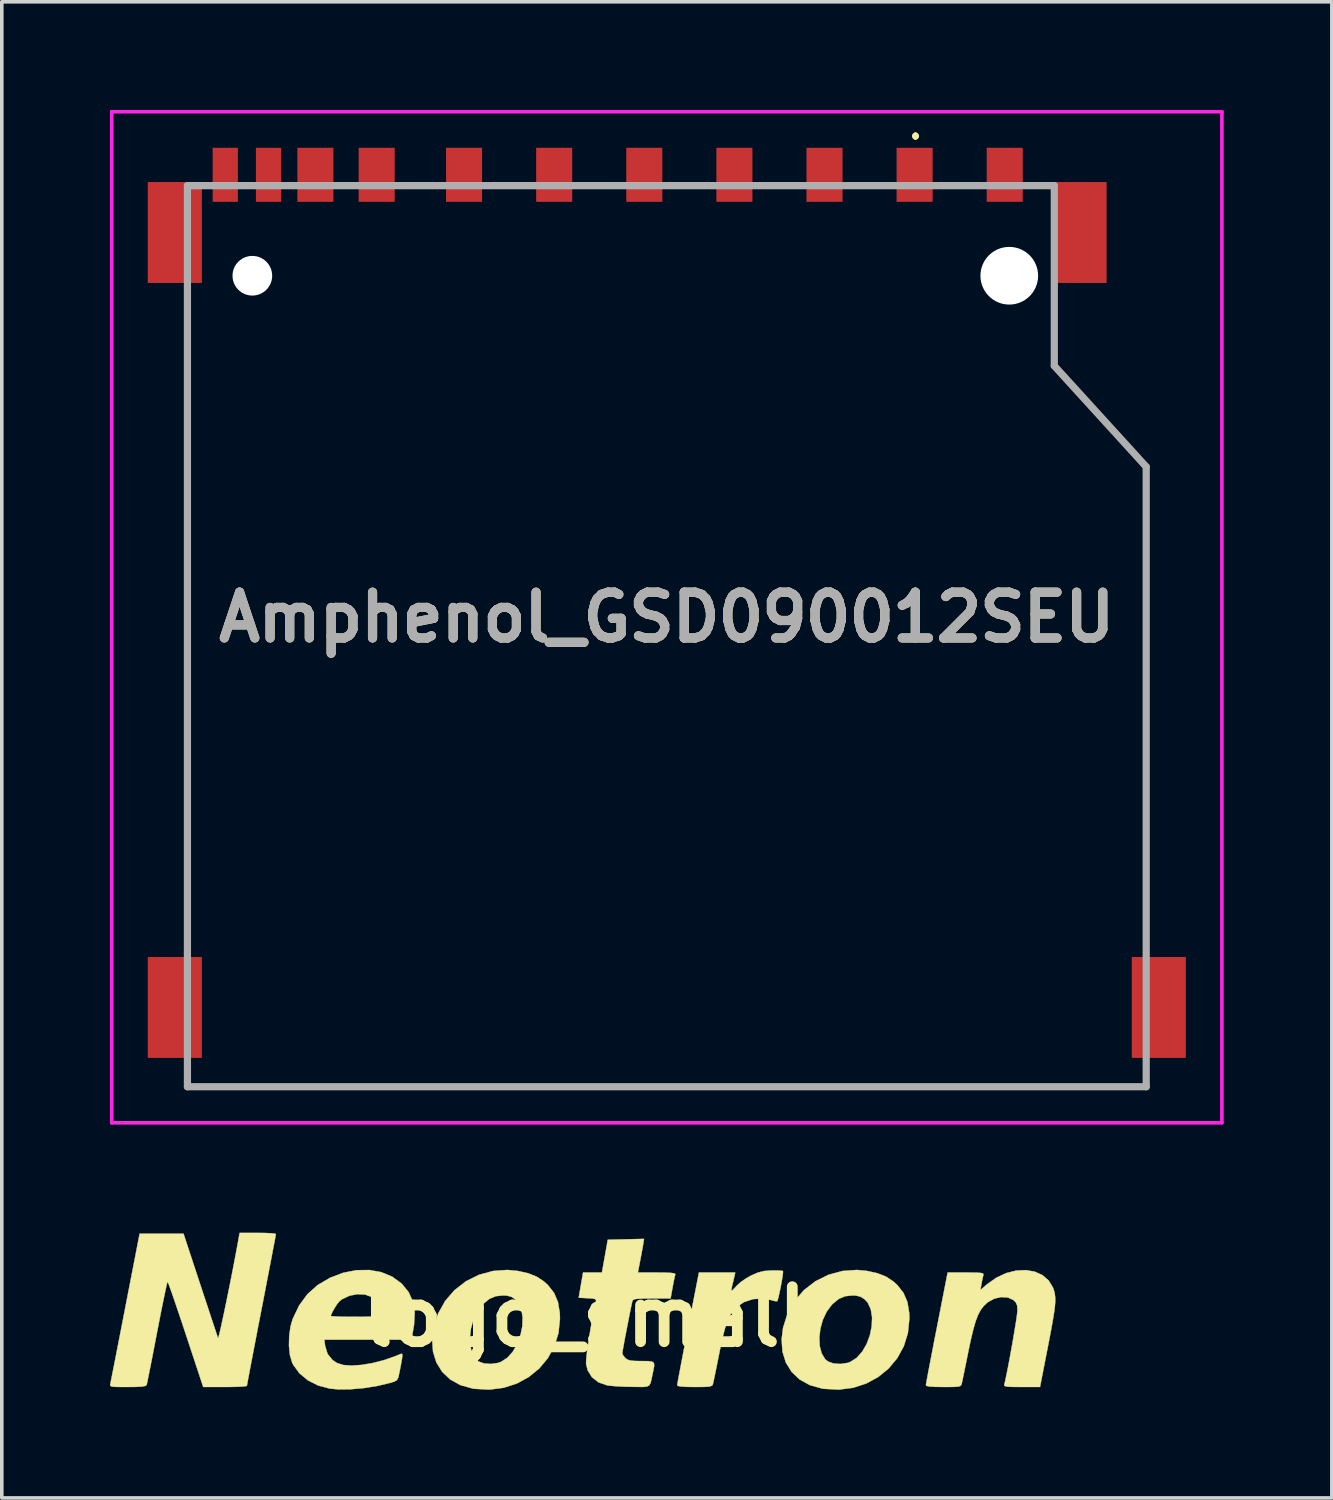
<source format=kicad_pcb>
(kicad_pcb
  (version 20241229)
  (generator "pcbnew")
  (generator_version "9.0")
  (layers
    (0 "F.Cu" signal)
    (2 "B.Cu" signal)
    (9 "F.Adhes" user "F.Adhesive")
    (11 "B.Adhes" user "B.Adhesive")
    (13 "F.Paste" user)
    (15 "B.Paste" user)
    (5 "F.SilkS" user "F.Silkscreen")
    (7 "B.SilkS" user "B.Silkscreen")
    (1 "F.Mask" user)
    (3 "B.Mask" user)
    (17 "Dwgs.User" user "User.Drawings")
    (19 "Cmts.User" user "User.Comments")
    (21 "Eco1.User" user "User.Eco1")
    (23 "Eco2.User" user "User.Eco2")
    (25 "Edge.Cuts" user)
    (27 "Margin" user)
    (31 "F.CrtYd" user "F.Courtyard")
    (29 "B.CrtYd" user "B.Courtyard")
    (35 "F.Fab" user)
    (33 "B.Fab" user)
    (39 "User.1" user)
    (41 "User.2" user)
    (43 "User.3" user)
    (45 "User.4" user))
  (footprint "Amphenol_GSD090012SEU"
    (layer "F.Cu")
    (at 15.45 14.075)
    (property "Reference" "Amphenol_GSD090012SEU" (at 0 0 0) (layer "F.SilkS") (effects (font (size 1.27 1.27) (thickness 0.254))))
    (attr smd)
    (fp_line (start -13.3 8.525) (end -13.3 -8.475) (stroke (width 0.1) (type solid)) (layer "F.SilkS"))
    (fp_line (start -13.3 13.025) (end -13.3 12.525) (stroke (width 0.1) (type solid)) (layer "F.SilkS"))
    (fp_line (start 6.9 -13.4) (end 6.9 -13.4) (stroke (width 0.1) (type solid)) (layer "F.SilkS"))
    (fp_line (start 6.9 -13.3) (end 6.9 -13.3) (stroke (width 0.1) (type solid)) (layer "F.SilkS"))
    (fp_line (start 10.75 -8.475) (end 10.75 -6.975) (stroke (width 0.1) (type solid)) (layer "F.SilkS"))
    (fp_line (start 10.75 -6.975) (end 13.3 -4.175) (stroke (width 0.1) (type solid)) (layer "F.SilkS"))
    (fp_line (start 13.3 -4.175) (end 13.3 8.525) (stroke (width 0.1) (type solid)) (layer "F.SilkS"))
    (fp_line (start 13.3 12.525) (end 13.3 13.025) (stroke (width 0.1) (type solid)) (layer "F.SilkS"))
    (fp_line (start 13.3 13.025) (end -13.3 13.025) (stroke (width 0.1) (type solid)) (layer "F.SilkS"))
    (fp_arc (start 6.9 -13.4) (mid 6.95 -13.35) (end 6.9 -13.3) (stroke (width 0.1) (type solid)) (layer "F.SilkS"))
    (fp_arc (start 6.9 -13.3) (mid 6.85 -13.35) (end 6.9 -13.4) (stroke (width 0.1) (type solid)) (layer "F.SilkS"))
    (fp_line (start -15.4 -14.025) (end 15.4 -14.025) (stroke (width 0.1) (type solid)) (layer "F.CrtYd"))
    (fp_line (start -15.4 14.025) (end -15.4 -14.025) (stroke (width 0.1) (type solid)) (layer "F.CrtYd"))
    (fp_line (start 15.4 -14.025) (end 15.4 14.025) (stroke (width 0.1) (type solid)) (layer "F.CrtYd"))
    (fp_line (start 15.4 14.025) (end -15.4 14.025) (stroke (width 0.1) (type solid)) (layer "F.CrtYd"))
    (fp_line (start -13.3 -11.975) (end 10.75 -11.975) (stroke (width 0.2) (type solid)) (layer "F.Fab"))
    (fp_line (start -13.3 13.025) (end -13.3 -11.975) (stroke (width 0.2) (type solid)) (layer "F.Fab"))
    (fp_line (start 10.75 -11.975) (end 10.75 -6.975) (stroke (width 0.2) (type solid)) (layer "F.Fab"))
    (fp_line (start 10.75 -6.975) (end 13.3 -4.175) (stroke (width 0.2) (type solid)) (layer "F.Fab"))
    (fp_line (start 13.3 -4.175) (end 13.3 13.025) (stroke (width 0.2) (type solid)) (layer "F.Fab"))
    (fp_line (start 13.3 13.025) (end -13.3 13.025) (stroke (width 0.2) (type solid)) (layer "F.Fab"))
    (fp_text user "${REFERENCE}" (at 0 0 0) (layer "F.Fab") (effects (font (size 1.27 1.27) (thickness 0.254))))
    (pad "" np_thru_hole circle (at -11.499 -9.475) (size 1.1 1.1) (drill 1.1) (layers "*.Cu" "*.Mask"))
    (pad "" np_thru_hole circle (at 9.501 -9.475) (size 1.6 1.6) (drill 1.6) (layers "*.Cu" "*.Mask"))
    (pad "1" smd rect (at 6.875 -12.275) (size 1 1.5) (layers "F.Cu" "F.Mask" "F.Paste"))
    (pad "2" smd rect (at 4.375 -12.275) (size 1 1.5) (layers "F.Cu" "F.Mask" "F.Paste"))
    (pad "3" smd rect (at 1.875 -12.275) (size 1 1.5) (layers "F.Cu" "F.Mask" "F.Paste"))
    (pad "4" smd rect (at -0.625 -12.275) (size 1 1.5) (layers "F.Cu" "F.Mask" "F.Paste"))
    (pad "5" smd rect (at -3.125 -12.275) (size 1 1.5) (layers "F.Cu" "F.Mask" "F.Paste"))
    (pad "6" smd rect (at -5.625 -12.275) (size 1 1.5) (layers "F.Cu" "F.Mask" "F.Paste"))
    (pad "7" smd rect (at -8.05 -12.275) (size 1 1.5) (layers "F.Cu" "F.Mask" "F.Paste"))
    (pad "8" smd rect (at -9.75 -12.275) (size 1 1.5) (layers "F.Cu" "F.Mask" "F.Paste"))
    (pad "9" smd rect (at 9.375 -12.275) (size 1 1.5) (layers "F.Cu" "F.Mask" "F.Paste"))
    (pad "10" smd rect (at -11.05 -12.275) (size 0.7 1.5) (layers "F.Cu" "F.Mask" "F.Paste"))
    (pad "11" smd rect (at -12.25 -12.275) (size 0.7 1.5) (layers "F.Cu" "F.Mask" "F.Paste"))
    (pad "12" smd rect (at -13.65 -10.675) (size 1.5 2.8) (layers "F.Cu" "F.Mask" "F.Paste"))
    (pad "12" smd rect (at 11.451 -10.675) (size 1.5 2.8) (layers "F.Cu" "F.Mask" "F.Paste"))
    (pad "13" smd rect (at -13.65 10.825) (size 1.5 2.8) (layers "F.Cu" "F.Mask" "F.Paste"))
    (pad "13" smd rect (at 13.65 10.825) (size 1.5 2.8) (layers "F.Cu" "F.Mask" "F.Paste")))
  (footprint "logo_small"
    (layer "F.Cu")
    (at 13.198 33.483)
    (property "Reference" "logo_small" (at 0 0 0) (layer "F.SilkS") (effects (font (size 1.524 1.524) (thickness 0.3))))
    (attr through_hole)
    (fp_poly (pts (xy -1.893 -1.274) (xy -1.596 -1.208) (xy -1.359 -1.114) (xy -1.157 -0.98) (xy -1.045 -0.878) (xy -0.875 -0.662) (xy -0.768 -0.409) (xy -0.718 -0.106) (xy -0.713 0.055) (xy -0.754 0.453) (xy -0.869 0.819) (xy -1.049 1.148) (xy -1.287 1.433) (xy -1.576 1.669) (xy -1.907 1.85) (xy -2.274 1.969) (xy -2.669 2.02) (xy -3.083 1.998) (xy -3.138 1.989) (xy -3.475 1.895) (xy -3.757 1.739) (xy -3.98 1.528) (xy -4.141 1.268) (xy -4.235 0.965) (xy -4.258 0.625) (xy -4.252 0.577) (xy -3.211 0.577) (xy -3.2 0.811) (xy -3.147 1.014) (xy -3.052 1.172) (xy -2.974 1.238) (xy -2.82 1.294) (xy -2.627 1.308) (xy -2.433 1.28) (xy -2.356 1.254) (xy -2.175 1.139) (xy -2.021 0.967) (xy -1.898 0.752) (xy -1.808 0.511) (xy -1.757 0.26) (xy -1.748 0.016) (xy -1.784 -0.207) (xy -1.869 -0.392) (xy -1.951 -0.484) (xy -2.064 -0.557) (xy -2.194 -0.589) (xy -2.291 -0.593) (xy -2.497 -0.571) (xy -2.67 -0.498) (xy -2.838 -0.36) (xy -2.866 -0.332) (xy -3.009 -0.141) (xy -3.115 0.085) (xy -3.183 0.33) (xy -3.211 0.577) (xy -4.252 0.577) (xy -4.217 0.306) (xy -4.093 -0.089) (xy -3.896 -0.442) (xy -3.637 -0.741) (xy -3.319 -0.987) (xy -2.96 -1.165) (xy -2.572 -1.271) (xy -2.17 -1.3) (xy -1.893 -1.274)) (stroke (width 0.01) (type solid)) (fill yes) (layer "F.SilkS"))
    (fp_poly (pts (xy 7.801 -1.274) (xy 8.098 -1.208) (xy 8.335 -1.114) (xy 8.537 -0.98) (xy 8.649 -0.878) (xy 8.819 -0.662) (xy 8.927 -0.409) (xy 8.977 -0.106) (xy 8.981 0.055) (xy 8.94 0.453) (xy 8.826 0.819) (xy 8.645 1.148) (xy 8.407 1.433) (xy 8.119 1.669) (xy 7.787 1.85) (xy 7.42 1.969) (xy 7.026 2.02) (xy 6.611 1.998) (xy 6.556 1.989) (xy 6.219 1.895) (xy 5.937 1.739) (xy 5.714 1.528) (xy 5.554 1.268) (xy 5.46 0.965) (xy 5.437 0.625) (xy 5.443 0.577) (xy 6.483 0.577) (xy 6.494 0.811) (xy 6.547 1.014) (xy 6.642 1.172) (xy 6.72 1.238) (xy 6.875 1.294) (xy 7.067 1.308) (xy 7.262 1.28) (xy 7.338 1.254) (xy 7.519 1.139) (xy 7.673 0.967) (xy 7.797 0.752) (xy 7.886 0.511) (xy 7.937 0.26) (xy 7.947 0.016) (xy 7.911 -0.207) (xy 7.826 -0.392) (xy 7.743 -0.484) (xy 7.63 -0.557) (xy 7.5 -0.589) (xy 7.403 -0.593) (xy 7.197 -0.571) (xy 7.024 -0.498) (xy 6.856 -0.36) (xy 6.828 -0.332) (xy 6.686 -0.141) (xy 6.58 0.085) (xy 6.512 0.33) (xy 6.483 0.577) (xy 5.443 0.577) (xy 5.477 0.306) (xy 5.601 -0.089) (xy 5.798 -0.442) (xy 6.057 -0.741) (xy 6.375 -0.987) (xy 6.735 -1.165) (xy 7.122 -1.271) (xy 7.525 -1.3) (xy 7.801 -1.274)) (stroke (width 0.01) (type solid)) (fill yes) (layer "F.SilkS"))
    (fp_poly (pts (xy 5.421 -1.28) (xy 5.474 -1.27) (xy 5.475 -1.27) (xy 5.475 -1.223) (xy 5.461 -1.116) (xy 5.437 -0.971) (xy 5.407 -0.809) (xy 5.374 -0.653) (xy 5.345 -0.524) (xy 5.321 -0.445) (xy 5.314 -0.432) (xy 5.266 -0.432) (xy 5.173 -0.456) (xy 5.161 -0.461) (xy 4.906 -0.509) (xy 4.642 -0.49) (xy 4.393 -0.408) (xy 4.184 -0.269) (xy 4.176 -0.262) (xy 4.083 -0.16) (xy 4.003 -0.036) (xy 3.932 0.122) (xy 3.865 0.324) (xy 3.798 0.583) (xy 3.727 0.911) (xy 3.706 1.016) (xy 3.656 1.267) (xy 3.61 1.493) (xy 3.572 1.679) (xy 3.544 1.811) (xy 3.529 1.873) (xy 3.511 1.906) (xy 3.467 1.927) (xy 3.384 1.94) (xy 3.247 1.946) (xy 3.041 1.947) (xy 3.024 1.947) (xy 2.794 1.944) (xy 2.641 1.934) (xy 2.559 1.917) (xy 2.54 1.897) (xy 2.548 1.846) (xy 2.57 1.721) (xy 2.606 1.531) (xy 2.652 1.288) (xy 2.707 0.999) (xy 2.77 0.675) (xy 2.838 0.326) (xy 2.841 0.31) (xy 3.143 -1.228) (xy 4.15 -1.228) (xy 4.124 -1.111) (xy 4.094 -0.983) (xy 4.063 -0.857) (xy 4.045 -0.765) (xy 4.046 -0.72) (xy 4.048 -0.72) (xy 4.084 -0.749) (xy 4.155 -0.822) (xy 4.196 -0.867) (xy 4.303 -0.963) (xy 4.454 -1.068) (xy 4.594 -1.147) (xy 4.781 -1.228) (xy 4.948 -1.27) (xy 5.144 -1.285) (xy 5.158 -1.285) (xy 5.308 -1.285) (xy 5.421 -1.28)) (stroke (width 0.01) (type solid)) (fill yes) (layer "F.SilkS"))
    (fp_poly (pts (xy 1.594 -2.002) (xy 1.572 -1.877) (xy 1.541 -1.707) (xy 1.508 -1.535) (xy 1.449 -1.228) (xy 1.978 -1.228) (xy 2.207 -1.226) (xy 2.361 -1.219) (xy 2.451 -1.207) (xy 2.486 -1.187) (xy 2.487 -1.175) (xy 2.47 -1.109) (xy 2.444 -0.985) (xy 2.414 -0.83) (xy 2.412 -0.815) (xy 2.357 -0.508) (xy 1.838 -0.508) (xy 1.618 -0.507) (xy 1.468 -0.502) (xy 1.375 -0.491) (xy 1.323 -0.472) (xy 1.3 -0.444) (xy 1.296 -0.434) (xy 1.28 -0.365) (xy 1.252 -0.233) (xy 1.216 -0.055) (xy 1.176 0.15) (xy 1.134 0.366) (xy 1.093 0.577) (xy 1.059 0.764) (xy 1.032 0.91) (xy 1.018 0.998) (xy 1.016 1.015) (xy 1.043 1.074) (xy 1.101 1.143) (xy 1.156 1.186) (xy 1.233 1.211) (xy 1.35 1.224) (xy 1.529 1.228) (xy 1.545 1.228) (xy 1.728 1.229) (xy 1.84 1.242) (xy 1.894 1.28) (xy 1.902 1.359) (xy 1.878 1.491) (xy 1.861 1.566) (xy 1.828 1.728) (xy 1.8 1.837) (xy 1.763 1.902) (xy 1.7 1.935) (xy 1.595 1.946) (xy 1.433 1.945) (xy 1.28 1.943) (xy 1.061 1.938) (xy 0.854 1.927) (xy 0.685 1.913) (xy 0.593 1.901) (xy 0.357 1.818) (xy 0.175 1.676) (xy 0.056 1.485) (xy 0.012 1.306) (xy 0.014 1.211) (xy 0.029 1.05) (xy 0.057 0.84) (xy 0.093 0.597) (xy 0.135 0.337) (xy 0.181 0.078) (xy 0.228 -0.165) (xy 0.273 -0.373) (xy 0.282 -0.411) (xy 0.288 -0.463) (xy 0.262 -0.492) (xy 0.186 -0.508) (xy 0.056 -0.516) (xy -0.193 -0.529) (xy -0.072 -1.228) (xy 0.452 -1.228) (xy 0.614 -2.138) (xy 1.62 -2.162) (xy 1.594 -2.002)) (stroke (width 0.01) (type solid)) (fill yes) (layer "F.SilkS"))
    (fp_poly (pts (xy -5.666 -1.237) (xy -5.364 -1.112) (xy -5.107 -0.923) (xy -5.098 -0.915) (xy -4.911 -0.684) (xy -4.793 -0.421) (xy -4.743 -0.121) (xy -4.761 0.225) (xy -4.79 0.395) (xy -4.838 0.635) (xy -7.25 0.635) (xy -7.227 0.811) (xy -7.16 1.029) (xy -7.024 1.198) (xy -6.897 1.283) (xy -6.724 1.337) (xy -6.49 1.354) (xy -6.212 1.334) (xy -5.904 1.282) (xy -5.582 1.198) (xy -5.26 1.084) (xy -5.148 1.038) (xy -5.113 1.025) (xy -5.092 1.031) (xy -5.085 1.068) (xy -5.093 1.149) (xy -5.117 1.286) (xy -5.156 1.49) (xy -5.169 1.553) (xy -5.197 1.681) (xy -5.234 1.753) (xy -5.304 1.796) (xy -5.431 1.835) (xy -5.432 1.835) (xy -5.785 1.919) (xy -6.156 1.978) (xy -6.52 2.01) (xy -6.853 2.014) (xy -7.097 1.992) (xy -7.422 1.906) (xy -7.708 1.761) (xy -7.943 1.565) (xy -8.115 1.328) (xy -8.143 1.27) (xy -8.204 1.064) (xy -8.231 0.808) (xy -8.225 0.532) (xy -8.187 0.263) (xy -8.129 0.064) (xy -8.088 -0.023) (xy -7.07 -0.023) (xy -7.03 -0.015) (xy -6.92 -0.008) (xy -6.753 -0.003) (xy -6.546 -0.000477) (xy -6.412 0) (xy -6.158 -0.001) (xy -5.976 -0.005) (xy -5.854 -0.014) (xy -5.78 -0.028) (xy -5.741 -0.048) (xy -5.729 -0.067) (xy -5.722 -0.186) (xy -5.764 -0.329) (xy -5.844 -0.463) (xy -5.94 -0.552) (xy -6.122 -0.618) (xy -6.336 -0.628) (xy -6.555 -0.584) (xy -6.753 -0.491) (xy -6.829 -0.432) (xy -6.889 -0.361) (xy -6.959 -0.253) (xy -7.024 -0.139) (xy -7.064 -0.049) (xy -7.07 -0.023) (xy -8.088 -0.023) (xy -7.949 -0.314) (xy -7.721 -0.626) (xy -7.437 -0.88) (xy -7.091 -1.083) (xy -7.091 -1.083) (xy -6.725 -1.222) (xy -6.358 -1.293) (xy -6.001 -1.298) (xy -5.666 -1.237)) (stroke (width 0.01) (type solid)) (fill yes) (layer "F.SilkS"))
    (fp_poly (pts (xy 12.458 -1.253) (xy 12.674 -1.156) (xy 12.847 -1.006) (xy 12.968 -0.805) (xy 12.997 -0.718) (xy 13.016 -0.633) (xy 13.027 -0.542) (xy 13.029 -0.436) (xy 13.02 -0.304) (xy 12.999 -0.136) (xy 12.964 0.078) (xy 12.916 0.349) (xy 12.852 0.686) (xy 12.804 0.932) (xy 12.606 1.947) (xy 12.1 1.947) (xy 11.886 1.946) (xy 11.743 1.942) (xy 11.659 1.932) (xy 11.62 1.915) (xy 11.612 1.889) (xy 11.616 1.873) (xy 11.642 1.767) (xy 11.678 1.597) (xy 11.721 1.38) (xy 11.768 1.131) (xy 11.816 0.866) (xy 11.863 0.6) (xy 11.905 0.349) (xy 11.941 0.129) (xy 11.966 -0.045) (xy 11.979 -0.158) (xy 11.98 -0.18) (xy 11.971 -0.315) (xy 11.932 -0.402) (xy 11.864 -0.467) (xy 11.714 -0.536) (xy 11.529 -0.547) (xy 11.337 -0.504) (xy 11.162 -0.408) (xy 11.149 -0.398) (xy 11.048 -0.304) (xy 10.963 -0.194) (xy 10.888 -0.054) (xy 10.819 0.125) (xy 10.753 0.357) (xy 10.683 0.651) (xy 10.622 0.94) (xy 10.57 1.198) (xy 10.522 1.433) (xy 10.482 1.629) (xy 10.452 1.773) (xy 10.435 1.849) (xy 10.435 1.852) (xy 10.421 1.893) (xy 10.393 1.92) (xy 10.336 1.936) (xy 10.234 1.944) (xy 10.072 1.947) (xy 9.926 1.947) (xy 9.696 1.944) (xy 9.543 1.934) (xy 9.46 1.917) (xy 9.44 1.897) (xy 9.448 1.846) (xy 9.471 1.721) (xy 9.506 1.531) (xy 9.552 1.288) (xy 9.608 0.999) (xy 9.67 0.675) (xy 9.739 0.326) (xy 9.742 0.31) (xy 10.043 -1.228) (xy 10.549 -1.228) (xy 10.763 -1.227) (xy 10.905 -1.222) (xy 10.99 -1.213) (xy 11.029 -1.196) (xy 11.036 -1.169) (xy 11.033 -1.154) (xy 11.011 -1.064) (xy 10.986 -0.939) (xy 10.981 -0.912) (xy 10.952 -0.745) (xy 11.135 -0.901) (xy 11.396 -1.086) (xy 11.669 -1.213) (xy 11.945 -1.282) (xy 12.212 -1.295) (xy 12.458 -1.253)) (stroke (width 0.01) (type solid)) (fill yes) (layer "F.SilkS"))
    (fp_poly (pts (xy -8.902 -2.326) (xy -8.742 -2.319) (xy -8.634 -2.309) (xy -8.594 -2.297) (xy -8.594 -2.297) (xy -8.602 -2.25) (xy -8.624 -2.128) (xy -8.66 -1.94) (xy -8.707 -1.692) (xy -8.764 -1.393) (xy -8.83 -1.052) (xy -8.902 -0.675) (xy -8.98 -0.272) (xy -8.996 -0.191) (xy -9.075 0.216) (xy -9.149 0.599) (xy -9.216 0.948) (xy -9.275 1.256) (xy -9.324 1.514) (xy -9.362 1.715) (xy -9.387 1.85) (xy -9.398 1.912) (xy -9.398 1.915) (xy -9.438 1.926) (xy -9.547 1.936) (xy -9.712 1.943) (xy -9.916 1.947) (xy -10.004 1.947) (xy -10.61 1.947) (xy -11.093 0.487) (xy -11.203 0.153) (xy -11.307 -0.154) (xy -11.399 -0.425) (xy -11.477 -0.652) (xy -11.539 -0.825) (xy -11.58 -0.935) (xy -11.598 -0.974) (xy -11.612 -0.934) (xy -11.639 -0.82) (xy -11.677 -0.642) (xy -11.725 -0.41) (xy -11.781 -0.133) (xy -11.842 0.179) (xy -11.892 0.434) (xy -11.956 0.77) (xy -12.016 1.08) (xy -12.07 1.354) (xy -12.116 1.583) (xy -12.151 1.756) (xy -12.173 1.863) (xy -12.181 1.894) (xy -12.219 1.919) (xy -12.315 1.936) (xy -12.48 1.945) (xy -12.705 1.947) (xy -12.918 1.947) (xy -13.06 1.944) (xy -13.144 1.935) (xy -13.184 1.918) (xy -13.193 1.891) (xy -13.186 1.852) (xy -13.174 1.792) (xy -13.147 1.658) (xy -13.107 1.458) (xy -13.056 1.2) (xy -12.996 0.892) (xy -12.928 0.544) (xy -12.854 0.163) (xy -12.775 -0.241) (xy -12.769 -0.275) (xy -12.374 -2.307) (xy -11.157 -2.307) (xy -10.69 -0.889) (xy -10.58 -0.557) (xy -10.478 -0.249) (xy -10.388 0.025) (xy -10.311 0.256) (xy -10.252 0.434) (xy -10.213 0.55) (xy -10.198 0.592) (xy -10.186 0.565) (xy -10.16 0.465) (xy -10.122 0.302) (xy -10.075 0.087) (xy -10.02 -0.17) (xy -9.96 -0.459) (xy -9.897 -0.771) (xy -9.832 -1.093) (xy -9.769 -1.417) (xy -9.709 -1.732) (xy -9.654 -2.027) (xy -9.629 -2.17) (xy -9.6 -2.328) (xy -9.097 -2.328) (xy -8.902 -2.326)) (stroke (width 0.01) (type solid)) (fill yes) (layer "F.SilkS")))
  (gr_rect
    (start -3 -3)
    (end 33.9 38.508)
    (stroke (width 0.1) (type default))
    (fill no)
    (layer "Edge.Cuts")))
</source>
